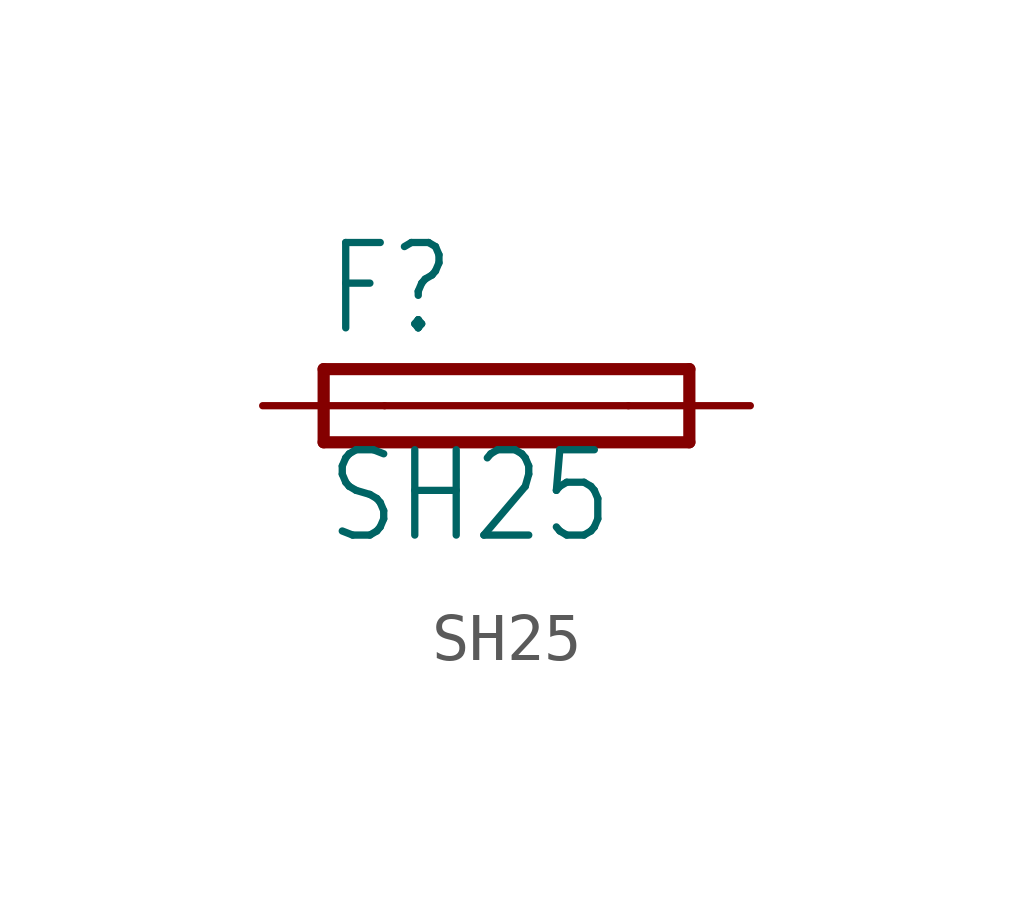
<source format=kicad_sym>
(kicad_symbol_lib
  (version 20211014)
  (generator kicad_symbol_editor)
  (symbol "SH25"
    (property "Reference" "F"
      (at -3.81 1.397 0)
      (effects (font (size 1.778 1.511)) (justify left bottom)))
    (property "Value" "SH25"
      (at -3.81 -2.921 0)
      (effects (font (size 1.778 1.511)) (justify left bottom)))
    (property "ki_locked" ""
      (at 0 0 0)
      (effects (font (size 1.27 1.27))))
    (symbol "SH25_1_0"
      (polyline (pts (xy -3.81 -0.762) (xy 3.81 -0.762)) (stroke (width 0.254) (type default) (color 0 0 0 0)) (fill (type none)))
      (polyline (pts (xy -3.81 0.762) (xy -3.81 -0.762)) (stroke (width 0.254) (type default) (color 0 0 0 0)) (fill (type none)))
      (polyline (pts (xy -2.54 0) (xy 2.54 0)) (stroke (width 0.152) (type default) (color 0 0 0 0)) (fill (type none)))
      (polyline (pts (xy 3.81 -0.762) (xy 3.81 0.762)) (stroke (width 0.254) (type default) (color 0 0 0 0)) (fill (type none)))
      (polyline (pts (xy 3.81 0.762) (xy -3.81 0.762)) (stroke (width 0.254) (type default) (color 0 0 0 0)) (fill (type none)))
      (pin passive line (at -5.08 0 0) (length 2.54) (name "1" (effects (font (size 0 0)))) (number "1" (effects (font (size 0 0)))))
      (pin passive line (at 5.08 0 180) (length 2.54) (name "2" (effects (font (size 0 0)))) (number "2" (effects (font (size 0 0))))))))
</source>
